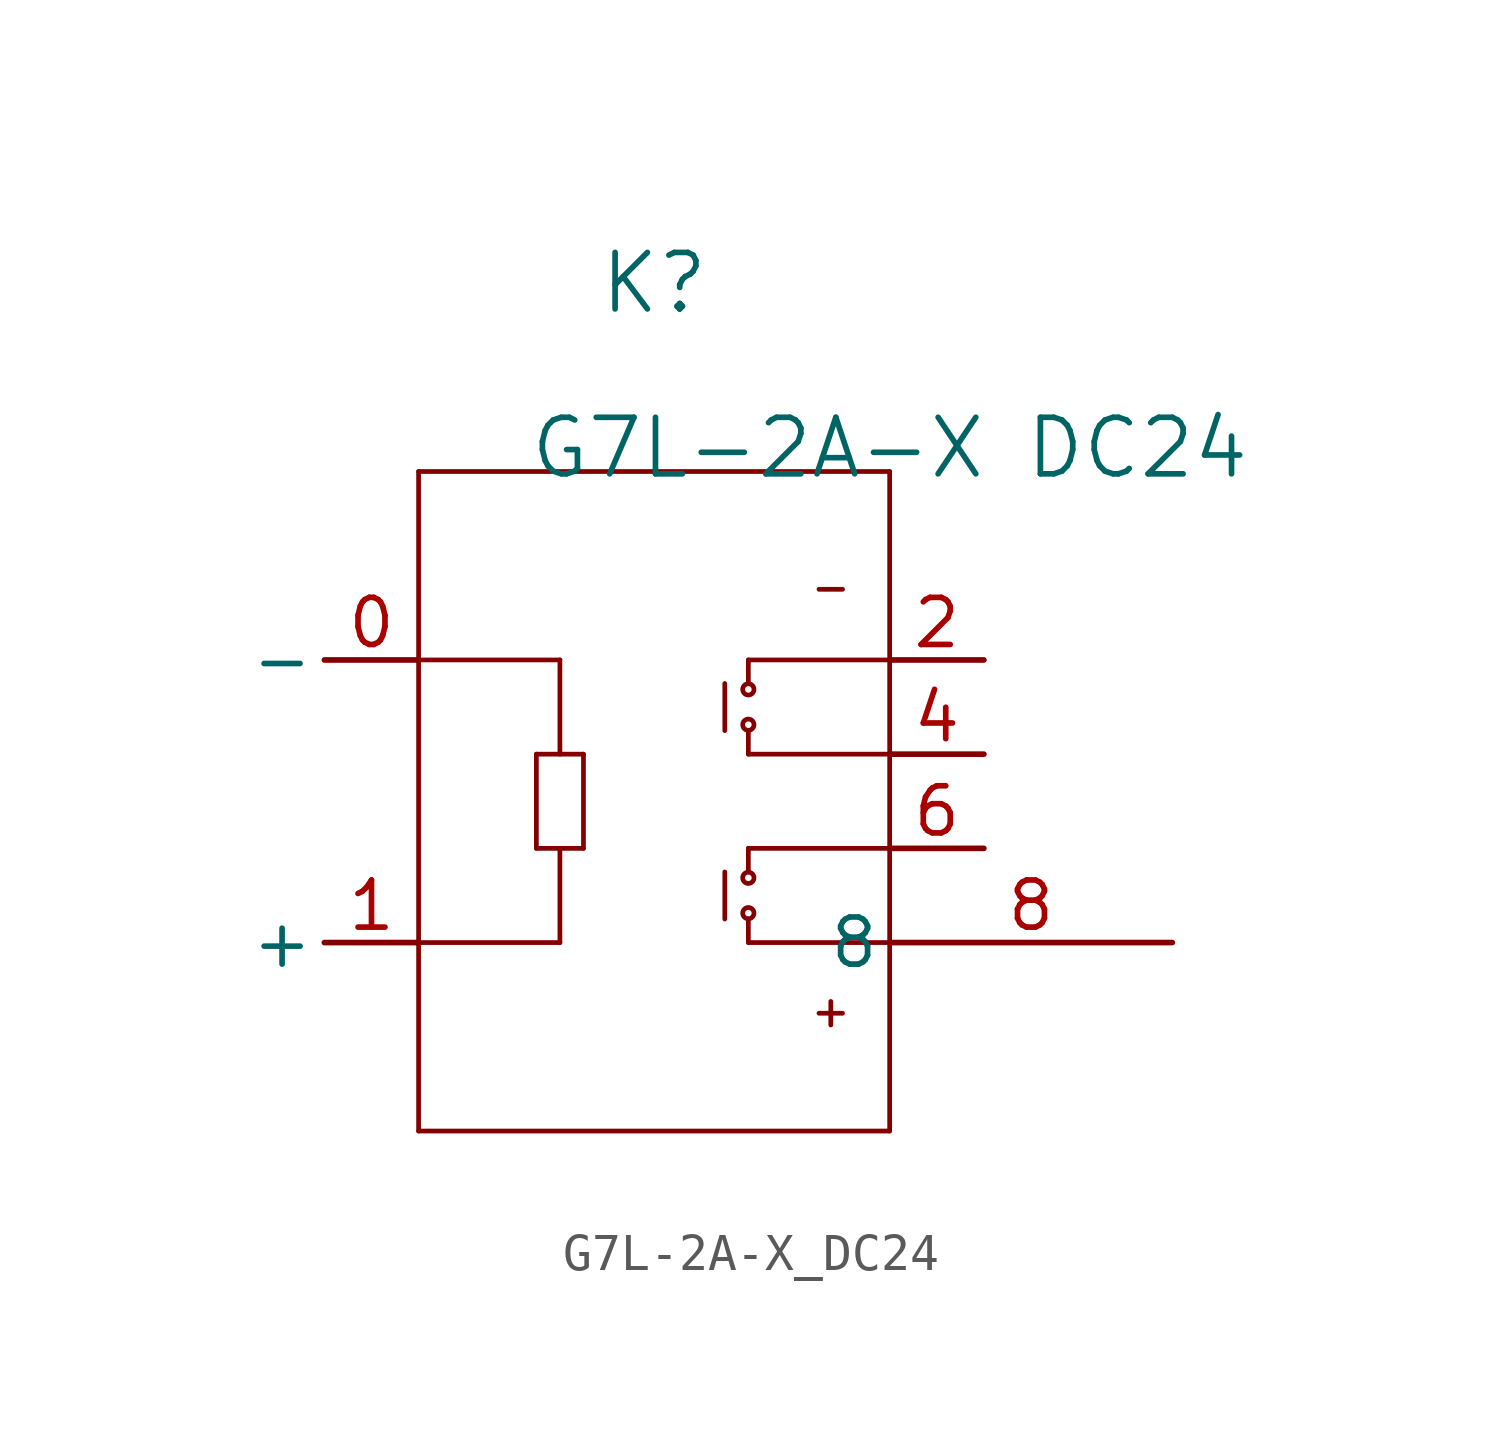
<source format=kicad_sym>
(kicad_symbol_lib
  (version 20231120)
  (generator "kicad_symbol_editor")
  (generator_version "8.0")
  (symbol "G7L-2A-X_DC24"
    (pin_names
      (offset 0.254))
    (property "Reference" "K"
      (at 13.97 10.16 0)
      (effects (font (size 1.524 1.524))))
    (property "Value" "G7L-2A-X DC24"
      (at 20.32 5.715 0)
      (effects (font (size 1.524 1.524))))
    (property "ki_locked" ""
      (at 0 0 0)
      (effects (font (size 1.27 1.27))))
    (symbol "G7L-2A-X_DC24_0_1"
      (polyline (pts (xy 7.62 -12.7) (xy 20.32 -12.7)) (stroke (width 0.127) (type default)) (fill (type none)))
      (polyline (pts (xy 7.62 -7.62) (xy 11.43 -7.62)) (stroke (width 0.127) (type default)) (fill (type none)))
      (polyline (pts (xy 7.62 0) (xy 11.43 0)) (stroke (width 0.127) (type default)) (fill (type none)))
      (polyline (pts (xy 7.62 5.08) (xy 7.62 -12.7)) (stroke (width 0.127) (type default)) (fill (type none)))
      (polyline (pts (xy 10.795 -5.08) (xy 10.795 -2.54)) (stroke (width 0.127) (type default)) (fill (type none)))
      (polyline (pts (xy 10.795 -2.54) (xy 12.065 -2.54)) (stroke (width 0.127) (type default)) (fill (type none)))
      (polyline (pts (xy 11.43 -7.62) (xy 11.43 -5.08)) (stroke (width 0.127) (type default)) (fill (type none)))
      (polyline (pts (xy 11.43 -2.54) (xy 11.43 0)) (stroke (width 0.127) (type default)) (fill (type none)))
      (polyline (pts (xy 12.065 -5.08) (xy 10.795 -5.08)) (stroke (width 0.127) (type default)) (fill (type none)))
      (polyline (pts (xy 12.065 -5.08) (xy 12.065 -2.54)) (stroke (width 0.127) (type default)) (fill (type none)))
      (polyline (pts (xy 15.875 -5.715) (xy 15.875 -6.985)) (stroke (width 0.127) (type default)) (fill (type none)))
      (polyline (pts (xy 15.875 -0.635) (xy 15.875 -1.905)) (stroke (width 0.127) (type default)) (fill (type none)))
      (polyline (pts (xy 16.51 -7.62) (xy 16.51 -6.985)) (stroke (width 0.127) (type default)) (fill (type none)))
      (polyline (pts (xy 16.51 -5.715) (xy 16.51 -5.08)) (stroke (width 0.127) (type default)) (fill (type none)))
      (polyline (pts (xy 16.51 -2.54) (xy 16.51 -1.905)) (stroke (width 0.127) (type default)) (fill (type none)))
      (polyline (pts (xy 16.51 -2.54) (xy 20.32 -2.54)) (stroke (width 0.127) (type default)) (fill (type none)))
      (polyline (pts (xy 16.51 -0.635) (xy 16.51 0)) (stroke (width 0.127) (type default)) (fill (type none)))
      (polyline (pts (xy 18.415 -9.525) (xy 19.05 -9.525)) (stroke (width 0.127) (type default)) (fill (type none)))
      (polyline (pts (xy 18.415 1.905) (xy 19.05 1.905)) (stroke (width 0.127) (type default)) (fill (type none)))
      (polyline (pts (xy 18.733 -9.207) (xy 18.733 -9.842)) (stroke (width 0.127) (type default)) (fill (type none)))
      (polyline (pts (xy 20.32 -12.7) (xy 20.32 5.08)) (stroke (width 0.127) (type default)) (fill (type none)))
      (polyline (pts (xy 20.32 -7.62) (xy 16.51 -7.62)) (stroke (width 0.127) (type default)) (fill (type none)))
      (polyline (pts (xy 20.32 -5.08) (xy 16.51 -5.08)) (stroke (width 0.127) (type default)) (fill (type none)))
      (polyline (pts (xy 20.32 0) (xy 16.51 0)) (stroke (width 0.127) (type default)) (fill (type none)))
      (polyline (pts (xy 20.32 5.08) (xy 7.62 5.08)) (stroke (width 0.127) (type default)) (fill (type none)))
      (circle (center 16.51 -6.826) (radius 0.152) (stroke (width 0.127) (type default)) (fill (type none)))
      (circle (center 16.51 -5.874) (radius 0.152) (stroke (width 0.127) (type default)) (fill (type none)))
      (circle (center 16.51 -1.746) (radius 0.152) (stroke (width 0.127) (type default)) (fill (type none)))
      (circle (center 16.51 -0.794) (radius 0.152) (stroke (width 0.127) (type default)) (fill (type none)))
      (pin unspecified line (at 27.94 -7.62 180) (length 7.62) (name "8" (effects (font (size 1.27 1.27)))) (number "8" (effects (font (size 1.27 1.27))))))
    (symbol "G7L-2A-X_DC24_1_1"
      (pin input line (at 7.62 0 180) (length 2.54) (name "-" (effects (font (size 1.27 1.27)))) (number "0" (effects (font (size 1.27 1.27)))))
      (pin input line (at 7.62 -7.62 180) (length 2.54) (name "+" (effects (font (size 1.27 1.27)))) (number "1" (effects (font (size 1.27 1.27)))))
      (pin input line (at 20.32 0 0) (length 2.54) (name "" (effects (font (size 1.27 1.27)))) (number "2" (effects (font (size 1.27 1.27)))))
      (pin input line (at 20.32 -2.54 0) (length 2.54) (name "" (effects (font (size 1.27 1.27)))) (number "4" (effects (font (size 1.27 1.27)))))
      (pin input line (at 20.32 -5.08 0) (length 2.54) (name "" (effects (font (size 1.27 1.27)))) (number "6" (effects (font (size 1.27 1.27))))))))
</source>
